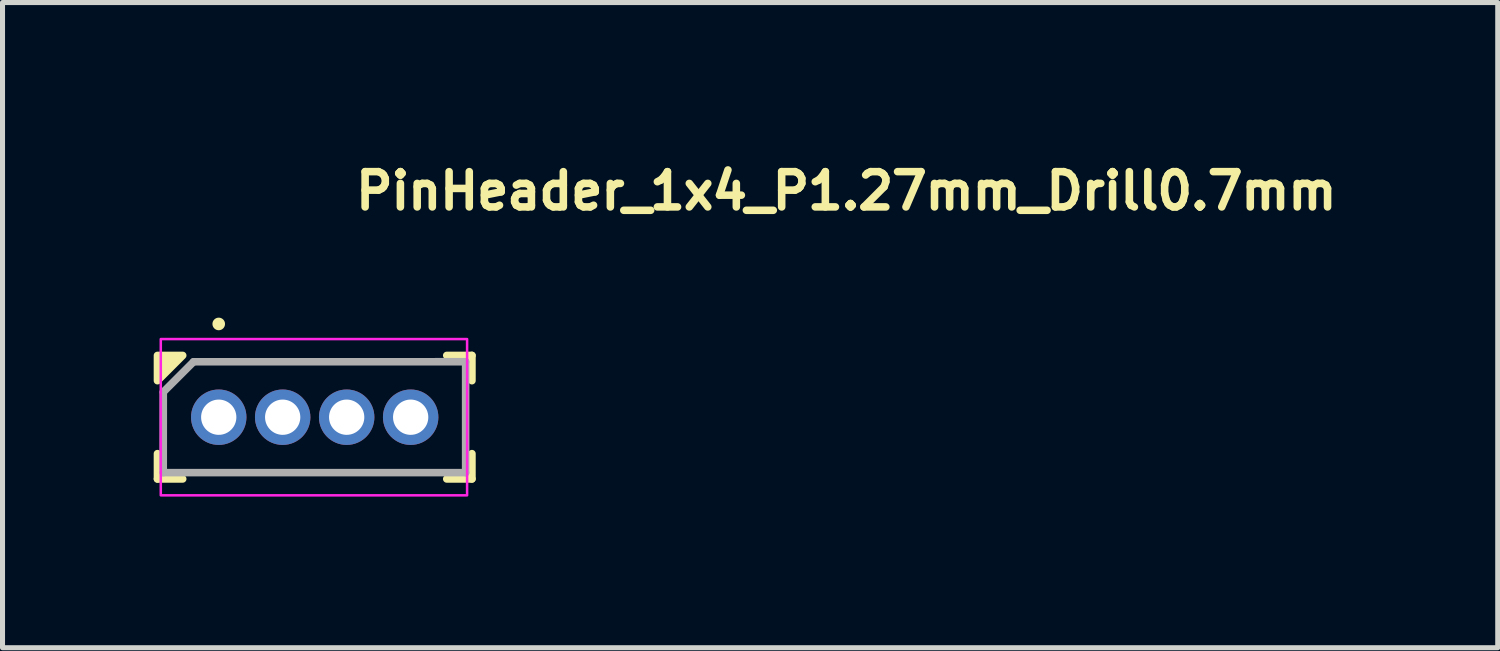
<source format=kicad_pcb>
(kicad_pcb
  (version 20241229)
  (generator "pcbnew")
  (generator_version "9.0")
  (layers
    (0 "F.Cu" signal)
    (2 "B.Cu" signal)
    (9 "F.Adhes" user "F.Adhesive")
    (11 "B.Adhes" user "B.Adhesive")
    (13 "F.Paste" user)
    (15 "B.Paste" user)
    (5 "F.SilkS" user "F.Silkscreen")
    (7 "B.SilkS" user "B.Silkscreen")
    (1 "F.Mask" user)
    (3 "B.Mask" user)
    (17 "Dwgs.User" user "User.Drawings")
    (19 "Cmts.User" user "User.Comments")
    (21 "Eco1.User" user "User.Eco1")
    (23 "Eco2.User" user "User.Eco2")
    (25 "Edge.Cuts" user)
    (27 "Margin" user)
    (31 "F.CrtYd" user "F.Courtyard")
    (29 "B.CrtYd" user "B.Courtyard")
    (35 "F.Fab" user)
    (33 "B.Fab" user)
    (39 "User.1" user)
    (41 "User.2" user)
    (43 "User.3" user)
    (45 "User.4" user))
  (footprint "PinHeader_1x4_P1.27mm_Drill0.7mm"
    (layer "F.Cu")
    (at 1.291 5.23)
    (property "Reference" "PinHeader_1x4_P1.27mm_Drill0.7mm" (at 2.64 -4.08 0) (layer "F.SilkS") (effects (font (size 0.7 0.7) (thickness 0.15)) (justify left bottom)))
    (attr through_hole)
    (fp_line (start -1.216 1.225) (end -1.216 0.723) (stroke (width 0.15) (type solid)) (layer "F.SilkS"))
    (fp_line (start -1.216 1.225) (end -0.715 1.225) (stroke (width 0.15) (type solid)) (layer "F.SilkS"))
    (fp_line (start 5.025 -1.226) (end 4.525 -1.226) (stroke (width 0.15) (type solid)) (layer "F.SilkS"))
    (fp_line (start 5.025 -1.226) (end 5.025 -0.725) (stroke (width 0.15) (type solid)) (layer "F.SilkS"))
    (fp_line (start 5.025 1.225) (end 4.525 1.225) (stroke (width 0.15) (type solid)) (layer "F.SilkS"))
    (fp_line (start 5.025 1.225) (end 5.025 0.723) (stroke (width 0.15) (type solid)) (layer "F.SilkS"))
    (fp_circle (center 0 -1.851) (end 0.05 -1.851) (stroke (width 0.15) (type solid)) (fill yes) (layer "F.SilkS"))
    (fp_poly (pts (xy -1.216 -0.725) (xy -1.216 -1.226) (xy -0.715 -1.226)) (stroke (width 0.15) (type solid)) (fill yes) (layer "F.SilkS"))
    (fp_rect (start 4.929 1.55) (end -1.15 -1.551) (stroke (width 0.05) (type solid)) (fill no) (layer "F.CrtYd"))
    (fp_line (start -1.101 1.1) (end 4.9 1.1) (stroke (width 0.15) (type solid)) (layer "F.Fab"))
    (fp_line (start -1.1 -0.5) (end -1.101 1.1) (stroke (width 0.15) (type solid)) (layer "F.Fab"))
    (fp_line (start -1.1 -0.5) (end -0.5 -1.1) (stroke (width 0.15) (type solid)) (layer "F.Fab"))
    (fp_line (start -0.5 -1.1) (end 4.9 -1.101) (stroke (width 0.15) (type solid)) (layer "F.Fab"))
    (fp_line (start 4.9 -1.101) (end 4.9 1.1) (stroke (width 0.15) (type solid)) (layer "F.Fab"))
    (fp_rect (start 4.429 1.05) (end -0.65 -1.051) (stroke (width 0.1) (type solid)) (fill no) (layer "User.5"))
    (fp_line (start -0.635 -0.923) (end -0.635 0.925) (stroke (width 0.02) (type solid)) (layer "User.9"))
    (fp_line (start -0.635 0.925) (end -0.508 1.051) (stroke (width 0.02) (type solid)) (layer "User.9"))
    (fp_line (start -0.508 -1.05) (end -0.635 -0.923) (stroke (width 0.02) (type solid)) (layer "User.9"))
    (fp_line (start -0.508 1.051) (end 0.506 1.051) (stroke (width 0.02) (type solid)) (layer "User.9"))
    (fp_line (start -0.202 -0.2) (end -0.102 -0.1) (stroke (width 0.02) (type solid)) (layer "User.9"))
    (fp_line (start -0.202 0.202) (end -0.202 -0.2) (stroke (width 0.02) (type solid)) (layer "User.9"))
    (fp_line (start -0.202 0.202) (end -0.102 0.102) (stroke (width 0.02) (type solid)) (layer "User.9"))
    (fp_line (start -0.102 0.102) (end -0.102 -0.1) (stroke (width 0.02) (type solid)) (layer "User.9"))
    (fp_line (start 0.1 -0.1) (end -0.102 -0.1) (stroke (width 0.02) (type solid)) (layer "User.9"))
    (fp_line (start 0.1 0.102) (end -0.102 0.102) (stroke (width 0.02) (type solid)) (layer "User.9"))
    (fp_line (start 0.1 0.102) (end 0.1 -0.1) (stroke (width 0.02) (type solid)) (layer "User.9"))
    (fp_line (start 0.2 -0.2) (end -0.202 -0.2) (stroke (width 0.02) (type solid)) (layer "User.9"))
    (fp_line (start 0.2 -0.2) (end 0.1 -0.1) (stroke (width 0.02) (type solid)) (layer "User.9"))
    (fp_line (start 0.2 0.202) (end -0.202 0.202) (stroke (width 0.02) (type solid)) (layer "User.9"))
    (fp_line (start 0.2 0.202) (end 0.1 0.102) (stroke (width 0.02) (type solid)) (layer "User.9"))
    (fp_line (start 0.2 0.202) (end 0.2 -0.2) (stroke (width 0.02) (type solid)) (layer "User.9"))
    (fp_line (start 0.506 -1.05) (end -0.508 -1.05) (stroke (width 0.02) (type solid)) (layer "User.9"))
    (fp_line (start 0.506 1.051) (end 0.633 0.925) (stroke (width 0.02) (type solid)) (layer "User.9"))
    (fp_line (start 0.633 -0.923) (end 0.506 -1.05) (stroke (width 0.02) (type solid)) (layer "User.9"))
    (fp_line (start 0.633 0.925) (end 0.76 1.051) (stroke (width 0.02) (type solid)) (layer "User.9"))
    (fp_line (start 0.76 -1.05) (end 0.633 -0.923) (stroke (width 0.02) (type solid)) (layer "User.9"))
    (fp_line (start 0.76 1.051) (end 1.776 1.051) (stroke (width 0.02) (type solid)) (layer "User.9"))
    (fp_line (start 1.069 -0.2) (end 1.168 -0.1) (stroke (width 0.02) (type solid)) (layer "User.9"))
    (fp_line (start 1.069 0.202) (end 1.069 -0.2) (stroke (width 0.02) (type solid)) (layer "User.9"))
    (fp_line (start 1.069 0.202) (end 1.168 0.102) (stroke (width 0.02) (type solid)) (layer "User.9"))
    (fp_line (start 1.168 0.102) (end 1.168 -0.1) (stroke (width 0.02) (type solid)) (layer "User.9"))
    (fp_line (start 1.369 -0.1) (end 1.168 -0.1) (stroke (width 0.02) (type solid)) (layer "User.9"))
    (fp_line (start 1.369 0.102) (end 1.168 0.102) (stroke (width 0.02) (type solid)) (layer "User.9"))
    (fp_line (start 1.369 0.102) (end 1.369 -0.1) (stroke (width 0.02) (type solid)) (layer "User.9"))
    (fp_line (start 1.468 -0.2) (end 1.069 -0.2) (stroke (width 0.02) (type solid)) (layer "User.9"))
    (fp_line (start 1.468 -0.2) (end 1.369 -0.1) (stroke (width 0.02) (type solid)) (layer "User.9"))
    (fp_line (start 1.468 0.202) (end 1.069 0.202) (stroke (width 0.02) (type solid)) (layer "User.9"))
    (fp_line (start 1.468 0.202) (end 1.369 0.102) (stroke (width 0.02) (type solid)) (layer "User.9"))
    (fp_line (start 1.468 0.202) (end 1.468 -0.2) (stroke (width 0.02) (type solid)) (layer "User.9"))
    (fp_line (start 1.776 -1.05) (end 0.76 -1.05) (stroke (width 0.02) (type solid)) (layer "User.9"))
    (fp_line (start 1.776 1.051) (end 1.903 0.925) (stroke (width 0.02) (type solid)) (layer "User.9"))
    (fp_line (start 1.903 -0.923) (end 1.776 -1.05) (stroke (width 0.02) (type solid)) (layer "User.9"))
    (fp_line (start 1.903 0.925) (end 2.03 1.051) (stroke (width 0.02) (type solid)) (layer "User.9"))
    (fp_line (start 2.03 -1.05) (end 1.903 -0.923) (stroke (width 0.02) (type solid)) (layer "User.9"))
    (fp_line (start 2.03 1.051) (end 3.046 1.051) (stroke (width 0.02) (type solid)) (layer "User.9"))
    (fp_line (start 2.338 -0.2) (end 2.438 -0.1) (stroke (width 0.02) (type solid)) (layer "User.9"))
    (fp_line (start 2.338 0.202) (end 2.338 -0.2) (stroke (width 0.02) (type solid)) (layer "User.9"))
    (fp_line (start 2.338 0.202) (end 2.438 0.102) (stroke (width 0.02) (type solid)) (layer "User.9"))
    (fp_line (start 2.438 0.102) (end 2.438 -0.1) (stroke (width 0.02) (type solid)) (layer "User.9"))
    (fp_line (start 2.639 -0.1) (end 2.438 -0.1) (stroke (width 0.02) (type solid)) (layer "User.9"))
    (fp_line (start 2.639 0.102) (end 2.438 0.102) (stroke (width 0.02) (type solid)) (layer "User.9"))
    (fp_line (start 2.639 0.102) (end 2.639 -0.1) (stroke (width 0.02) (type solid)) (layer "User.9"))
    (fp_line (start 2.74 -0.2) (end 2.338 -0.2) (stroke (width 0.02) (type solid)) (layer "User.9"))
    (fp_line (start 2.74 -0.2) (end 2.639 -0.1) (stroke (width 0.02) (type solid)) (layer "User.9"))
    (fp_line (start 2.74 0.202) (end 2.338 0.202) (stroke (width 0.02) (type solid)) (layer "User.9"))
    (fp_line (start 2.74 0.202) (end 2.639 0.102) (stroke (width 0.02) (type solid)) (layer "User.9"))
    (fp_line (start 2.74 0.202) (end 2.74 -0.2) (stroke (width 0.02) (type solid)) (layer "User.9"))
    (fp_line (start 3.046 -1.05) (end 2.03 -1.05) (stroke (width 0.02) (type solid)) (layer "User.9"))
    (fp_line (start 3.046 1.051) (end 3.174 0.925) (stroke (width 0.02) (type solid)) (layer "User.9"))
    (fp_line (start 3.174 -0.923) (end 3.046 -1.05) (stroke (width 0.02) (type solid)) (layer "User.9"))
    (fp_line (start 3.174 0.925) (end 3.3 1.051) (stroke (width 0.02) (type solid)) (layer "User.9"))
    (fp_line (start 3.3 -1.05) (end 3.174 -0.923) (stroke (width 0.02) (type solid)) (layer "User.9"))
    (fp_line (start 3.3 1.051) (end 4.317 1.051) (stroke (width 0.02) (type solid)) (layer "User.9"))
    (fp_line (start 3.608 -0.2) (end 3.708 -0.1) (stroke (width 0.02) (type solid)) (layer "User.9"))
    (fp_line (start 3.608 0.202) (end 3.608 -0.2) (stroke (width 0.02) (type solid)) (layer "User.9"))
    (fp_line (start 3.608 0.202) (end 3.708 0.102) (stroke (width 0.02) (type solid)) (layer "User.9"))
    (fp_line (start 3.708 0.102) (end 3.708 -0.1) (stroke (width 0.02) (type solid)) (layer "User.9"))
    (fp_line (start 3.909 -0.1) (end 3.708 -0.1) (stroke (width 0.02) (type solid)) (layer "User.9"))
    (fp_line (start 3.909 0.102) (end 3.708 0.102) (stroke (width 0.02) (type solid)) (layer "User.9"))
    (fp_line (start 3.909 0.102) (end 3.909 -0.1) (stroke (width 0.02) (type solid)) (layer "User.9"))
    (fp_line (start 4.008 -0.2) (end 3.608 -0.2) (stroke (width 0.02) (type solid)) (layer "User.9"))
    (fp_line (start 4.008 -0.2) (end 3.909 -0.1) (stroke (width 0.02) (type solid)) (layer "User.9"))
    (fp_line (start 4.008 0.202) (end 3.608 0.202) (stroke (width 0.02) (type solid)) (layer "User.9"))
    (fp_line (start 4.008 0.202) (end 3.909 0.102) (stroke (width 0.02) (type solid)) (layer "User.9"))
    (fp_line (start 4.008 0.202) (end 4.008 -0.2) (stroke (width 0.02) (type solid)) (layer "User.9"))
    (fp_line (start 4.317 -1.05) (end 3.3 -1.05) (stroke (width 0.02) (type solid)) (layer "User.9"))
    (fp_line (start 4.317 1.051) (end 4.444 0.925) (stroke (width 0.02) (type solid)) (layer "User.9"))
    (fp_line (start 4.444 -0.923) (end 4.317 -1.05) (stroke (width 0.02) (type solid)) (layer "User.9"))
    (fp_line (start 4.444 0.925) (end 4.444 -0.923) (stroke (width 0.02) (type solid)) (layer "User.9"))
    (pad "1" thru_hole circle (at 0 0) (size 1.1 1.1) (drill 0.7) (layers "*.Cu" "*.Mask"))
    (pad "2" thru_hole circle (at 1.269 0) (size 1.1 1.1) (drill 0.7) (layers "*.Cu" "*.Mask"))
    (pad "3" thru_hole circle (at 2.539 0) (size 1.1 1.1) (drill 0.7) (layers "*.Cu" "*.Mask"))
    (pad "4" thru_hole circle (at 3.809 0) (size 1.1 1.1) (drill 0.7) (layers "*.Cu" "*.Mask")))
  (gr_rect
    (start -3 -3)
    (end 26.674 9.805)
    (stroke (width 0.1) (type default))
    (fill no)
    (layer "Edge.Cuts")))
</source>
